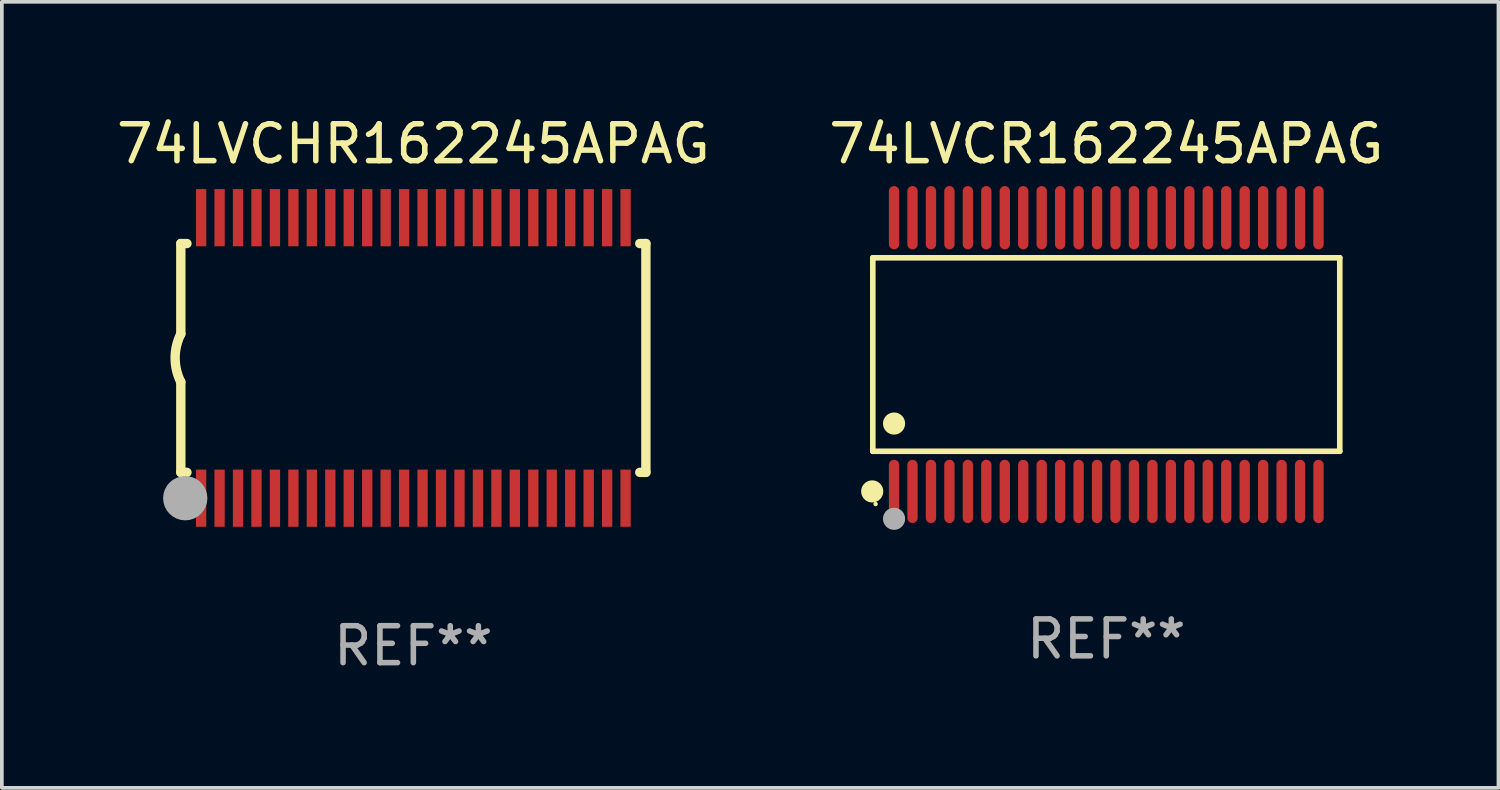
<source format=kicad_pcb>
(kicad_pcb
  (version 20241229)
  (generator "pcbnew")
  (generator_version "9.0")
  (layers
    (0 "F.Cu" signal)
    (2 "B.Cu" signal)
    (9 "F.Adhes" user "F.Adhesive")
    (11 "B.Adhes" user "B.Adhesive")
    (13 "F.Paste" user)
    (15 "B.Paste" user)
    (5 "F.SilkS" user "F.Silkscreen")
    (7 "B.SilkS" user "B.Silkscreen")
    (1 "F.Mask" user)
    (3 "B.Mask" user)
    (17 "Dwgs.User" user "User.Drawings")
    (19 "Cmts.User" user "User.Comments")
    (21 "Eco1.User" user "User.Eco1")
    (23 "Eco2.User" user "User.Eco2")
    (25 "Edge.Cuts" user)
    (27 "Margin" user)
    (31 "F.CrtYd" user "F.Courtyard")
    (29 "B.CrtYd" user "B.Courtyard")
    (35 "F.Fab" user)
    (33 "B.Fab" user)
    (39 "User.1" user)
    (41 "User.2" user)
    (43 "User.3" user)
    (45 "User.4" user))
  (footprint "74LVCHR162245APAG"
    (layer "F.Cu")
    (at 8.149 6.648)
    (property "Reference" "74LVCHR162245APAG" (at 0 -5.8 0) (layer "F.SilkS") (effects (font (size 1 1) (thickness 0.15))))
    (attr through_hole)
    (fp_line (start -6.3 -3.1) (end -6.3 -0.65) (stroke (width 0.254) (type solid)) (layer "F.SilkS"))
    (fp_line (start -6.3 -3.1) (end -6.134 -3.1) (stroke (width 0.254) (type solid)) (layer "F.SilkS"))
    (fp_line (start -6.3 3.1) (end -6.3 0.65) (stroke (width 0.254) (type solid)) (layer "F.SilkS"))
    (fp_line (start -6.3 3.1) (end -6.134 3.1) (stroke (width 0.254) (type solid)) (layer "F.SilkS"))
    (fp_line (start 6.134 -3.1) (end 6.3 -3.1) (stroke (width 0.254) (type solid)) (layer "F.SilkS"))
    (fp_line (start 6.134 3.1) (end 6.3 3.1) (stroke (width 0.254) (type solid)) (layer "F.SilkS"))
    (fp_line (start 6.3 -3.1) (end 6.3 3.1) (stroke (width 0.254) (type solid)) (layer "F.SilkS"))
    (fp_arc (start -6.301016 0.650114) (mid -6.45413 -0.000082) (end -6.3 -0.650038) (stroke (width 0.254001) (type solid)) (layer "F.SilkS"))
    (fp_circle (center -6.35 3.81) (end -6.223 3.81) (stroke (width 0.254) (type solid)) (fill no) (layer "F.SilkS"))
    (fp_circle (center -6.25 4.05) (end -6.22 4.05) (stroke (width 0.06) (type solid)) (fill no) (layer "F.SilkS"))
    (fp_circle (center -6.18 3.8) (end -5.88 3.8) (stroke (width 0.6) (type solid)) (fill no) (layer "F.Fab"))
    (fp_text user "REF**" (at 0 7.8 0) (layer "F.Fab") (effects (font (size 1 1) (thickness 0.15))))
    (pad "1" smd rect (at -5.75 3.8) (size 0.28 1.55) (layers "F.Cu" "F.Mask" "F.Paste"))
    (pad "2" smd rect (at -5.25 3.8) (size 0.28 1.55) (layers "F.Cu" "F.Mask" "F.Paste"))
    (pad "3" smd rect (at -4.75 3.8) (size 0.28 1.55) (layers "F.Cu" "F.Mask" "F.Paste"))
    (pad "4" smd rect (at -4.25 3.8) (size 0.28 1.55) (layers "F.Cu" "F.Mask" "F.Paste"))
    (pad "5" smd rect (at -3.75 3.8) (size 0.28 1.55) (layers "F.Cu" "F.Mask" "F.Paste"))
    (pad "6" smd rect (at -3.25 3.8) (size 0.28 1.55) (layers "F.Cu" "F.Mask" "F.Paste"))
    (pad "7" smd rect (at -2.75 3.8) (size 0.28 1.55) (layers "F.Cu" "F.Mask" "F.Paste"))
    (pad "8" smd rect (at -2.25 3.8) (size 0.28 1.55) (layers "F.Cu" "F.Mask" "F.Paste"))
    (pad "9" smd rect (at -1.75 3.8) (size 0.28 1.55) (layers "F.Cu" "F.Mask" "F.Paste"))
    (pad "10" smd rect (at -1.25 3.8) (size 0.28 1.55) (layers "F.Cu" "F.Mask" "F.Paste"))
    (pad "11" smd rect (at -0.75 3.8) (size 0.28 1.55) (layers "F.Cu" "F.Mask" "F.Paste"))
    (pad "12" smd rect (at -0.25 3.8) (size 0.28 1.55) (layers "F.Cu" "F.Mask" "F.Paste"))
    (pad "13" smd rect (at 0.25 3.8) (size 0.28 1.55) (layers "F.Cu" "F.Mask" "F.Paste"))
    (pad "14" smd rect (at 0.75 3.8) (size 0.28 1.55) (layers "F.Cu" "F.Mask" "F.Paste"))
    (pad "15" smd rect (at 1.25 3.8) (size 0.28 1.55) (layers "F.Cu" "F.Mask" "F.Paste"))
    (pad "16" smd rect (at 1.75 3.8) (size 0.28 1.55) (layers "F.Cu" "F.Mask" "F.Paste"))
    (pad "17" smd rect (at 2.25 3.8) (size 0.28 1.55) (layers "F.Cu" "F.Mask" "F.Paste"))
    (pad "18" smd rect (at 2.75 3.8) (size 0.28 1.55) (layers "F.Cu" "F.Mask" "F.Paste"))
    (pad "19" smd rect (at 3.25 3.8) (size 0.28 1.55) (layers "F.Cu" "F.Mask" "F.Paste"))
    (pad "20" smd rect (at 3.75 3.8) (size 0.28 1.55) (layers "F.Cu" "F.Mask" "F.Paste"))
    (pad "21" smd rect (at 4.25 3.8) (size 0.28 1.55) (layers "F.Cu" "F.Mask" "F.Paste"))
    (pad "22" smd rect (at 4.75 3.8) (size 0.28 1.55) (layers "F.Cu" "F.Mask" "F.Paste"))
    (pad "23" smd rect (at 5.25 3.8) (size 0.28 1.55) (layers "F.Cu" "F.Mask" "F.Paste"))
    (pad "24" smd rect (at 5.75 3.8) (size 0.28 1.55) (layers "F.Cu" "F.Mask" "F.Paste"))
    (pad "25" smd rect (at 5.75 -3.8) (size 0.28 1.55) (layers "F.Cu" "F.Mask" "F.Paste"))
    (pad "26" smd rect (at 5.25 -3.8) (size 0.28 1.55) (layers "F.Cu" "F.Mask" "F.Paste"))
    (pad "27" smd rect (at 4.75 -3.8) (size 0.28 1.55) (layers "F.Cu" "F.Mask" "F.Paste"))
    (pad "28" smd rect (at 4.25 -3.8) (size 0.28 1.55) (layers "F.Cu" "F.Mask" "F.Paste"))
    (pad "29" smd rect (at 3.75 -3.8) (size 0.28 1.55) (layers "F.Cu" "F.Mask" "F.Paste"))
    (pad "30" smd rect (at 3.25 -3.8) (size 0.28 1.55) (layers "F.Cu" "F.Mask" "F.Paste"))
    (pad "31" smd rect (at 2.75 -3.8) (size 0.28 1.55) (layers "F.Cu" "F.Mask" "F.Paste"))
    (pad "32" smd rect (at 2.25 -3.8) (size 0.28 1.55) (layers "F.Cu" "F.Mask" "F.Paste"))
    (pad "33" smd rect (at 1.75 -3.8) (size 0.28 1.55) (layers "F.Cu" "F.Mask" "F.Paste"))
    (pad "34" smd rect (at 1.25 -3.8) (size 0.28 1.55) (layers "F.Cu" "F.Mask" "F.Paste"))
    (pad "35" smd rect (at 0.75 -3.8) (size 0.28 1.55) (layers "F.Cu" "F.Mask" "F.Paste"))
    (pad "36" smd rect (at 0.25 -3.8) (size 0.28 1.55) (layers "F.Cu" "F.Mask" "F.Paste"))
    (pad "37" smd rect (at -0.25 -3.8) (size 0.28 1.55) (layers "F.Cu" "F.Mask" "F.Paste"))
    (pad "38" smd rect (at -0.75 -3.8) (size 0.28 1.55) (layers "F.Cu" "F.Mask" "F.Paste"))
    (pad "39" smd rect (at -1.25 -3.8) (size 0.28 1.55) (layers "F.Cu" "F.Mask" "F.Paste"))
    (pad "40" smd rect (at -1.75 -3.8) (size 0.28 1.55) (layers "F.Cu" "F.Mask" "F.Paste"))
    (pad "41" smd rect (at -2.25 -3.8) (size 0.28 1.55) (layers "F.Cu" "F.Mask" "F.Paste"))
    (pad "42" smd rect (at -2.75 -3.8) (size 0.28 1.55) (layers "F.Cu" "F.Mask" "F.Paste"))
    (pad "43" smd rect (at -3.25 -3.8) (size 0.28 1.55) (layers "F.Cu" "F.Mask" "F.Paste"))
    (pad "44" smd rect (at -3.75 -3.8) (size 0.28 1.55) (layers "F.Cu" "F.Mask" "F.Paste"))
    (pad "45" smd rect (at -4.25 -3.8) (size 0.28 1.55) (layers "F.Cu" "F.Mask" "F.Paste"))
    (pad "46" smd rect (at -4.75 -3.8) (size 0.28 1.55) (layers "F.Cu" "F.Mask" "F.Paste"))
    (pad "47" smd rect (at -5.25 -3.8) (size 0.28 1.55) (layers "F.Cu" "F.Mask" "F.Paste"))
    (pad "48" smd rect (at -5.75 -3.8) (size 0.28 1.55) (layers "F.Cu" "F.Mask" "F.Paste")))
  (footprint "74LVCR162245APAG"
    (layer "F.Cu")
    (at 26.923 6.556)
    (property "Reference" "74LVCR162245APAG" (at 0 -5.708 0) (layer "F.SilkS") (effects (font (size 1 1) (thickness 0.15))))
    (attr through_hole)
    (fp_line (start -6.326 -2.622) (end 6.326 -2.622) (stroke (width 0.152) (type solid)) (layer "F.SilkS"))
    (fp_line (start -6.326 2.621) (end -6.326 -2.622) (stroke (width 0.152) (type solid)) (layer "F.SilkS"))
    (fp_line (start 6.326 -2.622) (end 6.326 2.621) (stroke (width 0.152) (type solid)) (layer "F.SilkS"))
    (fp_line (start 6.326 2.621) (end -6.326 2.621) (stroke (width 0.152) (type solid)) (layer "F.SilkS"))
    (fp_circle (center -6.342 3.708) (end -6.192 3.708) (stroke (width 0.3) (type solid)) (fill no) (layer "F.SilkS"))
    (fp_circle (center -6.25 4.05) (end -6.22 4.05) (stroke (width 0.06) (type solid)) (fill no) (layer "F.SilkS"))
    (fp_circle (center -5.75 1.869) (end -5.6 1.869) (stroke (width 0.3) (type solid)) (fill no) (layer "F.SilkS"))
    (fp_circle (center -5.75 4.45) (end -5.6 4.45) (stroke (width 0.3) (type solid)) (fill no) (layer "F.Fab"))
    (fp_text user "REF**" (at 0 7.708 0) (layer "F.Fab") (effects (font (size 1 1) (thickness 0.15))))
    (pad "1" smd oval (at -5.75 3.708) (size 0.28 1.715) (layers "F.Cu" "F.Mask" "F.Paste"))
    (pad "2" smd oval (at -5.25 3.708) (size 0.28 1.715) (layers "F.Cu" "F.Mask" "F.Paste"))
    (pad "3" smd oval (at -4.75 3.708) (size 0.28 1.715) (layers "F.Cu" "F.Mask" "F.Paste"))
    (pad "4" smd oval (at -4.25 3.708) (size 0.28 1.715) (layers "F.Cu" "F.Mask" "F.Paste"))
    (pad "5" smd oval (at -3.75 3.708) (size 0.28 1.715) (layers "F.Cu" "F.Mask" "F.Paste"))
    (pad "6" smd oval (at -3.25 3.708) (size 0.28 1.715) (layers "F.Cu" "F.Mask" "F.Paste"))
    (pad "7" smd oval (at -2.75 3.708) (size 0.28 1.715) (layers "F.Cu" "F.Mask" "F.Paste"))
    (pad "8" smd oval (at -2.25 3.708) (size 0.28 1.715) (layers "F.Cu" "F.Mask" "F.Paste"))
    (pad "9" smd oval (at -1.75 3.708) (size 0.28 1.715) (layers "F.Cu" "F.Mask" "F.Paste"))
    (pad "10" smd oval (at -1.25 3.708) (size 0.28 1.715) (layers "F.Cu" "F.Mask" "F.Paste"))
    (pad "11" smd oval (at -0.75 3.708) (size 0.28 1.715) (layers "F.Cu" "F.Mask" "F.Paste"))
    (pad "12" smd oval (at -0.25 3.708) (size 0.28 1.715) (layers "F.Cu" "F.Mask" "F.Paste"))
    (pad "13" smd oval (at 0.25 3.708) (size 0.28 1.715) (layers "F.Cu" "F.Mask" "F.Paste"))
    (pad "14" smd oval (at 0.75 3.708) (size 0.28 1.715) (layers "F.Cu" "F.Mask" "F.Paste"))
    (pad "15" smd oval (at 1.25 3.708) (size 0.28 1.715) (layers "F.Cu" "F.Mask" "F.Paste"))
    (pad "16" smd oval (at 1.75 3.708) (size 0.28 1.715) (layers "F.Cu" "F.Mask" "F.Paste"))
    (pad "17" smd oval (at 2.25 3.708) (size 0.28 1.715) (layers "F.Cu" "F.Mask" "F.Paste"))
    (pad "18" smd oval (at 2.75 3.708) (size 0.28 1.715) (layers "F.Cu" "F.Mask" "F.Paste"))
    (pad "19" smd oval (at 3.25 3.708) (size 0.28 1.715) (layers "F.Cu" "F.Mask" "F.Paste"))
    (pad "20" smd oval (at 3.75 3.708) (size 0.28 1.715) (layers "F.Cu" "F.Mask" "F.Paste"))
    (pad "21" smd oval (at 4.25 3.708) (size 0.28 1.715) (layers "F.Cu" "F.Mask" "F.Paste"))
    (pad "22" smd oval (at 4.75 3.708) (size 0.28 1.715) (layers "F.Cu" "F.Mask" "F.Paste"))
    (pad "23" smd oval (at 5.25 3.708) (size 0.28 1.715) (layers "F.Cu" "F.Mask" "F.Paste"))
    (pad "24" smd oval (at 5.75 3.708) (size 0.28 1.715) (layers "F.Cu" "F.Mask" "F.Paste"))
    (pad "25" smd oval (at 5.75 -3.708) (size 0.28 1.715) (layers "F.Cu" "F.Mask" "F.Paste"))
    (pad "26" smd oval (at 5.25 -3.708) (size 0.28 1.715) (layers "F.Cu" "F.Mask" "F.Paste"))
    (pad "27" smd oval (at 4.75 -3.708) (size 0.28 1.715) (layers "F.Cu" "F.Mask" "F.Paste"))
    (pad "28" smd oval (at 4.25 -3.708) (size 0.28 1.715) (layers "F.Cu" "F.Mask" "F.Paste"))
    (pad "29" smd oval (at 3.75 -3.708) (size 0.28 1.715) (layers "F.Cu" "F.Mask" "F.Paste"))
    (pad "30" smd oval (at 3.25 -3.708) (size 0.28 1.715) (layers "F.Cu" "F.Mask" "F.Paste"))
    (pad "31" smd oval (at 2.75 -3.708) (size 0.28 1.715) (layers "F.Cu" "F.Mask" "F.Paste"))
    (pad "32" smd oval (at 2.25 -3.708) (size 0.28 1.715) (layers "F.Cu" "F.Mask" "F.Paste"))
    (pad "33" smd oval (at 1.75 -3.708) (size 0.28 1.715) (layers "F.Cu" "F.Mask" "F.Paste"))
    (pad "34" smd oval (at 1.25 -3.708) (size 0.28 1.715) (layers "F.Cu" "F.Mask" "F.Paste"))
    (pad "35" smd oval (at 0.75 -3.708) (size 0.28 1.715) (layers "F.Cu" "F.Mask" "F.Paste"))
    (pad "36" smd oval (at 0.25 -3.708) (size 0.28 1.715) (layers "F.Cu" "F.Mask" "F.Paste"))
    (pad "37" smd oval (at -0.25 -3.708) (size 0.28 1.715) (layers "F.Cu" "F.Mask" "F.Paste"))
    (pad "38" smd oval (at -0.75 -3.708) (size 0.28 1.715) (layers "F.Cu" "F.Mask" "F.Paste"))
    (pad "39" smd oval (at -1.25 -3.708) (size 0.28 1.715) (layers "F.Cu" "F.Mask" "F.Paste"))
    (pad "40" smd oval (at -1.75 -3.708) (size 0.28 1.715) (layers "F.Cu" "F.Mask" "F.Paste"))
    (pad "41" smd oval (at -2.25 -3.708) (size 0.28 1.715) (layers "F.Cu" "F.Mask" "F.Paste"))
    (pad "42" smd oval (at -2.75 -3.708) (size 0.28 1.715) (layers "F.Cu" "F.Mask" "F.Paste"))
    (pad "43" smd oval (at -3.25 -3.708) (size 0.28 1.715) (layers "F.Cu" "F.Mask" "F.Paste"))
    (pad "44" smd oval (at -3.75 -3.708) (size 0.28 1.715) (layers "F.Cu" "F.Mask" "F.Paste"))
    (pad "45" smd oval (at -4.25 -3.708) (size 0.28 1.715) (layers "F.Cu" "F.Mask" "F.Paste"))
    (pad "46" smd oval (at -4.75 -3.708) (size 0.28 1.715) (layers "F.Cu" "F.Mask" "F.Paste"))
    (pad "47" smd oval (at -5.25 -3.708) (size 0.28 1.715) (layers "F.Cu" "F.Mask" "F.Paste"))
    (pad "48" smd oval (at -5.75 -3.708) (size 0.28 1.715) (layers "F.Cu" "F.Mask" "F.Paste")))
  (gr_rect
    (start -3 -3)
    (end 37.548 18.296)
    (stroke (width 0.1) (type default))
    (fill no)
    (layer "Edge.Cuts")))
</source>
